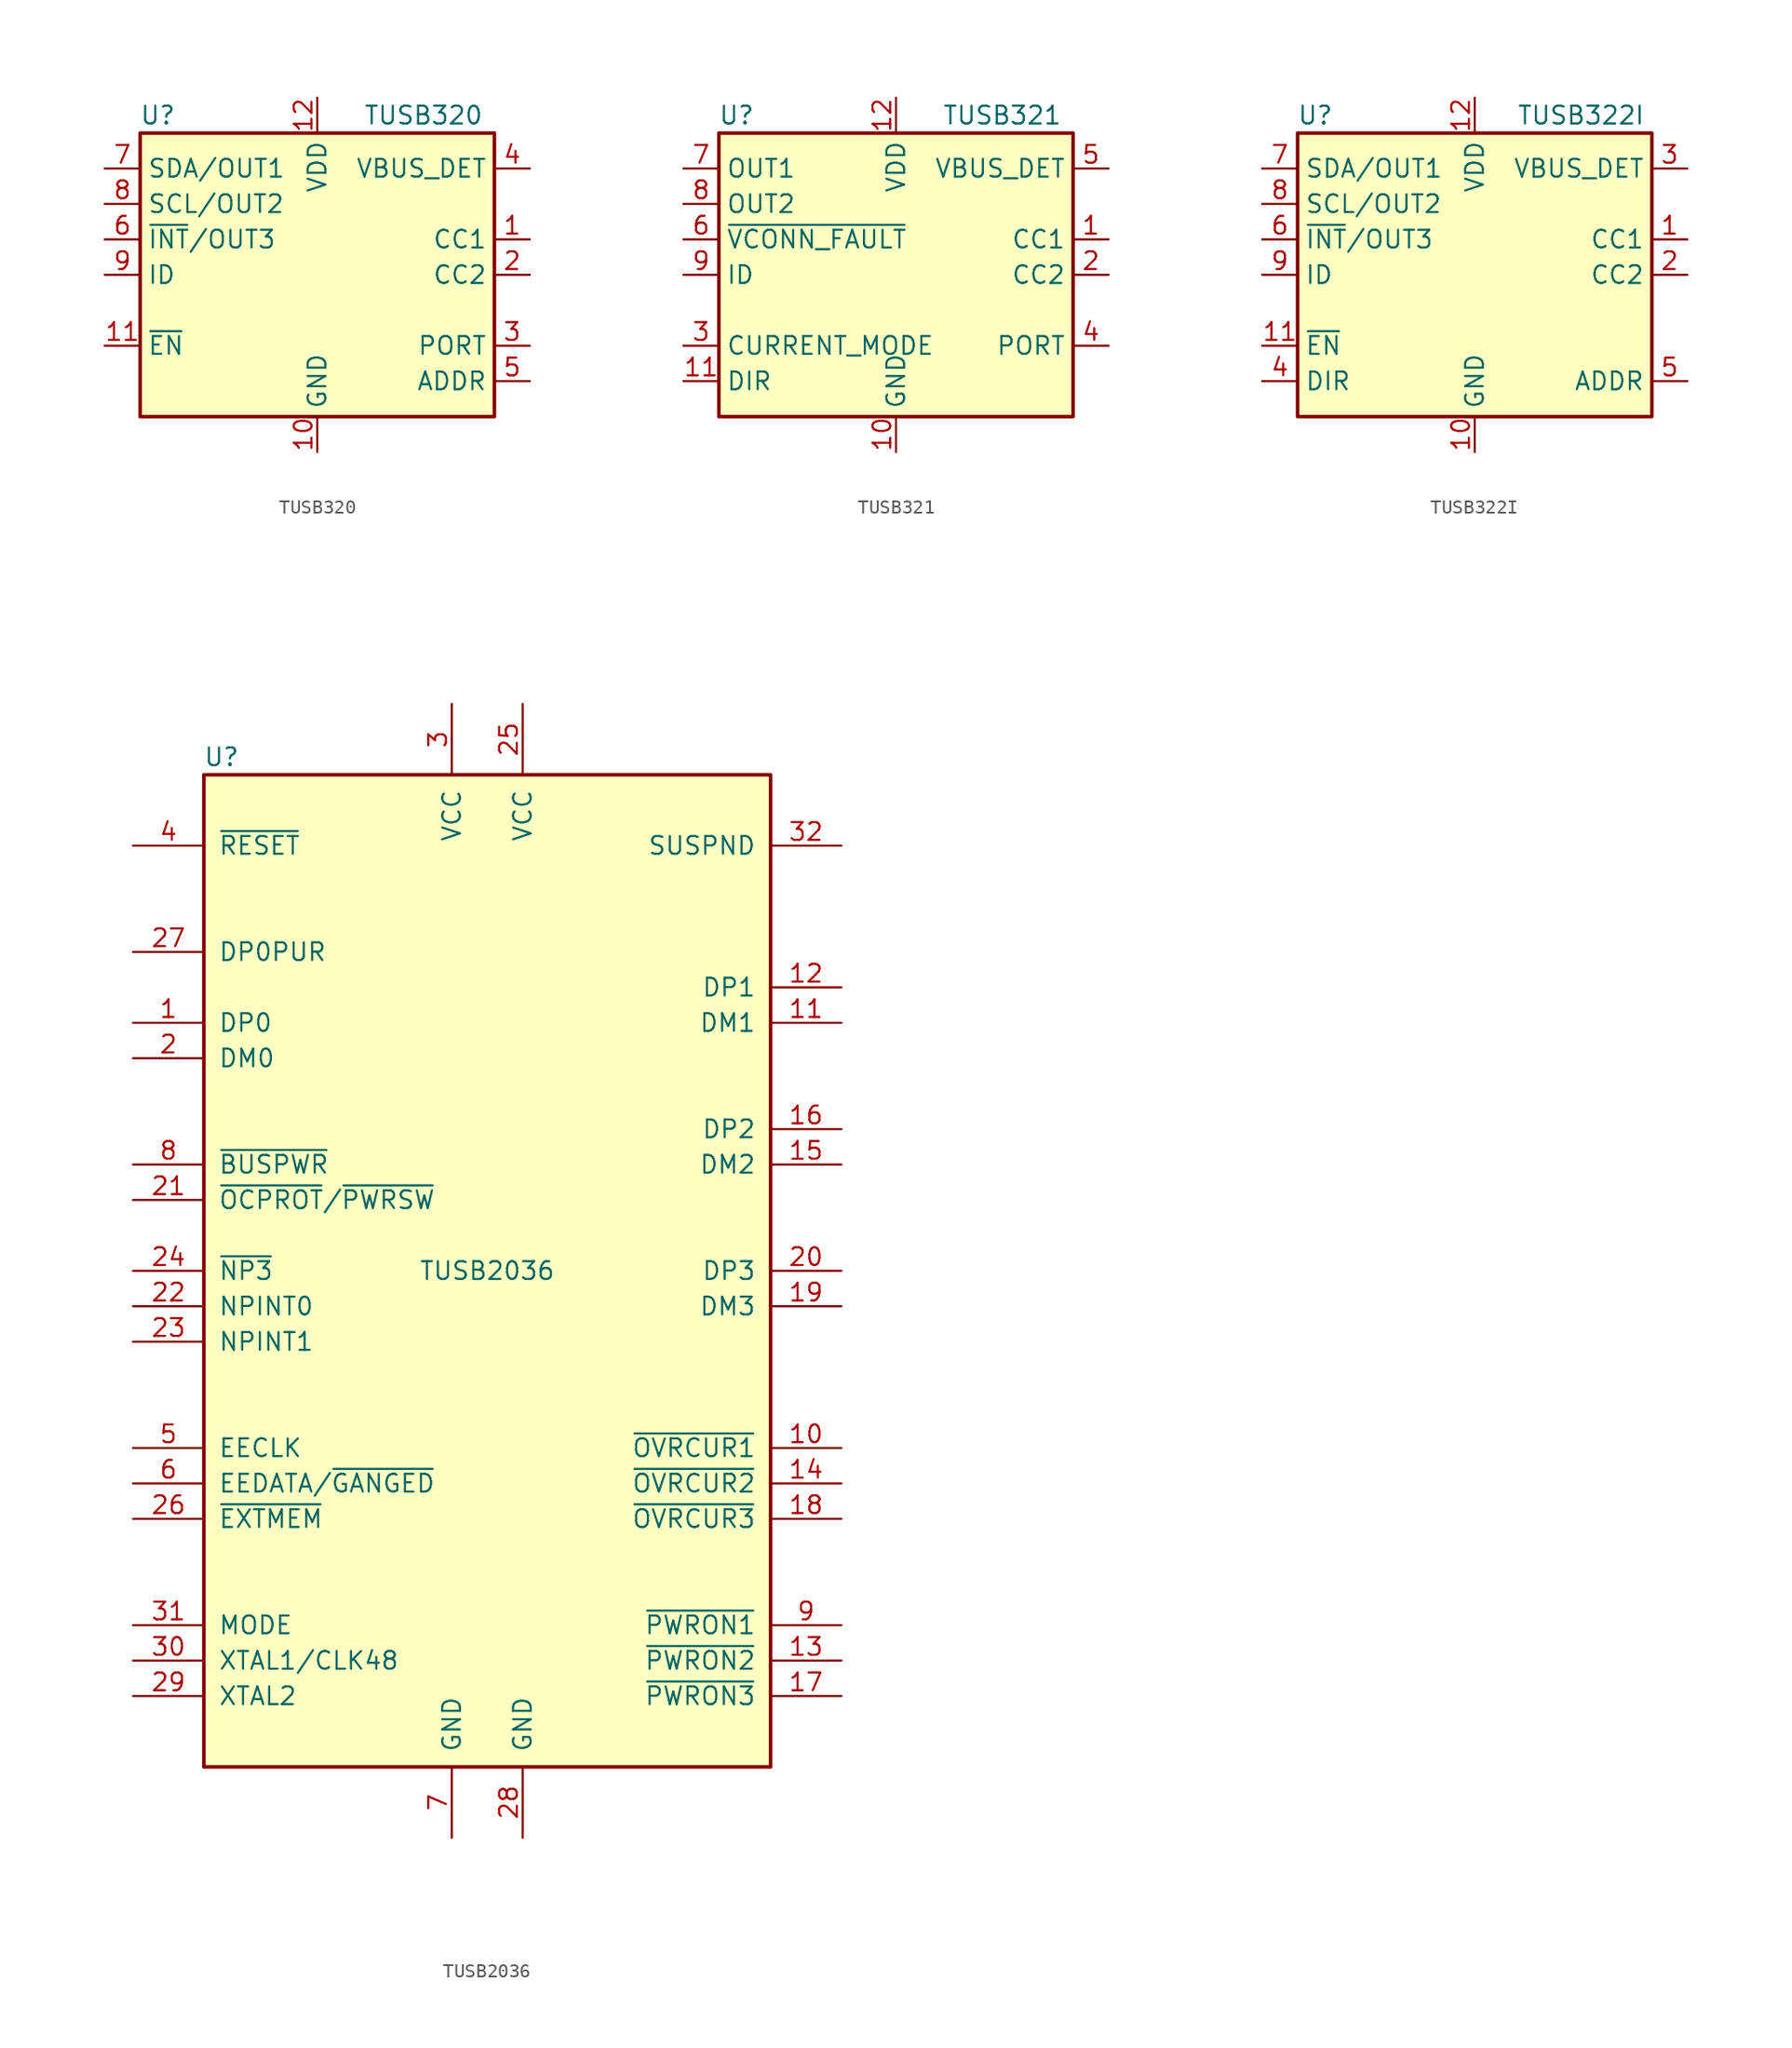
<source format=kicad_sym>
(kicad_symbol_lib
  (version 20241209)
  (generator "kicad_symbol_editor")
  (generator_version "9.0")
  (symbol "TUSB320"
    (property "Reference" "U"
      (at -11.43 11.43 0)
      (effects (font (size 1.27 1.27))))
    (property "Value" "TUSB320"
      (at 7.62 11.43 0)
      (effects (font (size 1.27 1.27))))
    (symbol "TUSB320_0_1"
      (rectangle (start -12.7 10.16) (end 12.7 -10.16) (stroke (width 0.254) (type default)) (fill (type background))))
    (symbol "TUSB320_1_1"
      (pin bidirectional line (at -15.24 7.62 0) (length 2.54) (name "SDA/OUT1" (effects (font (size 1.27 1.27)))) (number "7" (effects (font (size 1.27 1.27)))))
      (pin bidirectional line (at -15.24 5.08 0) (length 2.54) (name "SCL/OUT2" (effects (font (size 1.27 1.27)))) (number "8" (effects (font (size 1.27 1.27)))))
      (pin open_collector line (at -15.24 2.54 0) (length 2.54) (name "~{INT}/OUT3" (effects (font (size 1.27 1.27)))) (number "6" (effects (font (size 1.27 1.27)))))
      (pin open_collector line (at -15.24 0 0) (length 2.54) (name "ID" (effects (font (size 1.27 1.27)))) (number "9" (effects (font (size 1.27 1.27)))))
      (pin input line (at -15.24 -5.08 0) (length 2.54) (name "~{EN}" (effects (font (size 1.27 1.27)))) (number "11" (effects (font (size 1.27 1.27)))))
      (pin power_in line (at 0 12.7 270) (length 2.54) (name "VDD" (effects (font (size 1.27 1.27)))) (number "12" (effects (font (size 1.27 1.27)))))
      (pin power_in line (at 0 -12.7 90) (length 2.54) (name "GND" (effects (font (size 1.27 1.27)))) (number "10" (effects (font (size 1.27 1.27)))))
      (pin input line (at 15.24 7.62 180) (length 2.54) (name "VBUS_DET" (effects (font (size 1.27 1.27)))) (number "4" (effects (font (size 1.27 1.27)))))
      (pin bidirectional line (at 15.24 2.54 180) (length 2.54) (name "CC1" (effects (font (size 1.27 1.27)))) (number "1" (effects (font (size 1.27 1.27)))))
      (pin bidirectional line (at 15.24 0 180) (length 2.54) (name "CC2" (effects (font (size 1.27 1.27)))) (number "2" (effects (font (size 1.27 1.27)))))
      (pin input line (at 15.24 -5.08 180) (length 2.54) (name "PORT" (effects (font (size 1.27 1.27)))) (number "3" (effects (font (size 1.27 1.27)))))
      (pin input line (at 15.24 -7.62 180) (length 2.54) (name "ADDR" (effects (font (size 1.27 1.27)))) (number "5" (effects (font (size 1.27 1.27)))))))
  (symbol "TUSB321"
    (property "Reference" "U"
      (at -11.43 11.43 0)
      (effects (font (size 1.27 1.27))))
    (property "Value" "TUSB321"
      (at 7.62 11.43 0)
      (effects (font (size 1.27 1.27))))
    (symbol "TUSB321_1_1"
      (rectangle (start -12.7 10.16) (end 12.7 -10.16) (stroke (width 0.254) (type default)) (fill (type background)))
      (pin open_collector line (at -15.24 7.62 0) (length 2.54) (name "OUT1" (effects (font (size 1.27 1.27)))) (number "7" (effects (font (size 1.27 1.27)))))
      (pin open_collector line (at -15.24 5.08 0) (length 2.54) (name "OUT2" (effects (font (size 1.27 1.27)))) (number "8" (effects (font (size 1.27 1.27)))))
      (pin open_collector line (at -15.24 2.54 0) (length 2.54) (name "~{VCONN_FAULT}" (effects (font (size 1.27 1.27)))) (number "6" (effects (font (size 1.27 1.27)))))
      (pin open_collector line (at -15.24 0 0) (length 2.54) (name "ID" (effects (font (size 1.27 1.27)))) (number "9" (effects (font (size 1.27 1.27)))))
      (pin input line (at -15.24 -5.08 0) (length 2.54) (name "CURRENT_MODE" (effects (font (size 1.27 1.27)))) (number "3" (effects (font (size 1.27 1.27)))))
      (pin open_collector line (at -15.24 -7.62 0) (length 2.54) (name "DIR" (effects (font (size 1.27 1.27)))) (number "11" (effects (font (size 1.27 1.27)))))
      (pin power_in line (at 0 12.7 270) (length 2.54) (name "VDD" (effects (font (size 1.27 1.27)))) (number "12" (effects (font (size 1.27 1.27)))))
      (pin power_in line (at 0 -12.7 90) (length 2.54) (name "GND" (effects (font (size 1.27 1.27)))) (number "10" (effects (font (size 1.27 1.27)))))
      (pin input line (at 15.24 7.62 180) (length 2.54) (name "VBUS_DET" (effects (font (size 1.27 1.27)))) (number "5" (effects (font (size 1.27 1.27)))))
      (pin bidirectional line (at 15.24 2.54 180) (length 2.54) (name "CC1" (effects (font (size 1.27 1.27)))) (number "1" (effects (font (size 1.27 1.27)))))
      (pin bidirectional line (at 15.24 0 180) (length 2.54) (name "CC2" (effects (font (size 1.27 1.27)))) (number "2" (effects (font (size 1.27 1.27)))))
      (pin input line (at 15.24 -5.08 180) (length 2.54) (name "PORT" (effects (font (size 1.27 1.27)))) (number "4" (effects (font (size 1.27 1.27)))))))
  (symbol "TUSB322I"
    (property "Reference" "U"
      (at -11.43 11.43 0)
      (effects (font (size 1.27 1.27))))
    (property "Value" "TUSB322I"
      (at 7.62 11.43 0)
      (effects (font (size 1.27 1.27))))
    (symbol "TUSB322I_1_1"
      (rectangle (start -12.7 10.16) (end 12.7 -10.16) (stroke (width 0.254) (type default)) (fill (type background)))
      (pin bidirectional line (at -15.24 7.62 0) (length 2.54) (name "SDA/OUT1" (effects (font (size 1.27 1.27)))) (number "7" (effects (font (size 1.27 1.27)))))
      (pin bidirectional line (at -15.24 5.08 0) (length 2.54) (name "SCL/OUT2" (effects (font (size 1.27 1.27)))) (number "8" (effects (font (size 1.27 1.27)))))
      (pin open_collector line (at -15.24 2.54 0) (length 2.54) (name "~{INT}/OUT3" (effects (font (size 1.27 1.27)))) (number "6" (effects (font (size 1.27 1.27)))))
      (pin open_collector line (at -15.24 0 0) (length 2.54) (name "ID" (effects (font (size 1.27 1.27)))) (number "9" (effects (font (size 1.27 1.27)))))
      (pin input line (at -15.24 -5.08 0) (length 2.54) (name "~{EN}" (effects (font (size 1.27 1.27)))) (number "11" (effects (font (size 1.27 1.27)))))
      (pin open_collector line (at -15.24 -7.62 0) (length 2.54) (name "DIR" (effects (font (size 1.27 1.27)))) (number "4" (effects (font (size 1.27 1.27)))))
      (pin power_in line (at 0 12.7 270) (length 2.54) (name "VDD" (effects (font (size 1.27 1.27)))) (number "12" (effects (font (size 1.27 1.27)))))
      (pin power_in line (at 0 -12.7 90) (length 2.54) (name "GND" (effects (font (size 1.27 1.27)))) (number "10" (effects (font (size 1.27 1.27)))))
      (pin input line (at 15.24 7.62 180) (length 2.54) (name "VBUS_DET" (effects (font (size 1.27 1.27)))) (number "3" (effects (font (size 1.27 1.27)))))
      (pin bidirectional line (at 15.24 2.54 180) (length 2.54) (name "CC1" (effects (font (size 1.27 1.27)))) (number "1" (effects (font (size 1.27 1.27)))))
      (pin bidirectional line (at 15.24 0 180) (length 2.54) (name "CC2" (effects (font (size 1.27 1.27)))) (number "2" (effects (font (size 1.27 1.27)))))
      (pin input line (at 15.24 -7.62 180) (length 2.54) (name "ADDR" (effects (font (size 1.27 1.27)))) (number "5" (effects (font (size 1.27 1.27)))))))
  (symbol "TUSB2036"
    (pin_names
      (offset 1.016))
    (property "Reference" "U"
      (at -19.05 36.83 0)
      (effects (font (size 1.27 1.27))))
    (property "Value" "TUSB2036"
      (at 0 0 0)
      (effects (font (size 1.27 1.27))))
    (symbol "TUSB2036_0_1"
      (rectangle (start -20.32 35.56) (end 20.32 -35.56) (stroke (width 0.254) (type default)) (fill (type background))))
    (symbol "TUSB2036_1_1"
      (pin input line (at -25.4 30.48 0) (length 5.08) (name "~{RESET}" (effects (font (size 1.27 1.27)))) (number "4" (effects (font (size 1.27 1.27)))))
      (pin output line (at -25.4 22.86 0) (length 5.08) (name "DP0PUR" (effects (font (size 1.27 1.27)))) (number "27" (effects (font (size 1.27 1.27)))))
      (pin bidirectional line (at -25.4 17.78 0) (length 5.08) (name "DP0" (effects (font (size 1.27 1.27)))) (number "1" (effects (font (size 1.27 1.27)))))
      (pin bidirectional line (at -25.4 15.24 0) (length 5.08) (name "DM0" (effects (font (size 1.27 1.27)))) (number "2" (effects (font (size 1.27 1.27)))))
      (pin input line (at -25.4 7.62 0) (length 5.08) (name "~{BUSPWR}" (effects (font (size 1.27 1.27)))) (number "8" (effects (font (size 1.27 1.27)))))
      (pin input line (at -25.4 5.08 0) (length 5.08) (name "~{OCPROT}/~{PWRSW}" (effects (font (size 1.27 1.27)))) (number "21" (effects (font (size 1.27 1.27)))))
      (pin input line (at -25.4 0 0) (length 5.08) (name "~{NP3}" (effects (font (size 1.27 1.27)))) (number "24" (effects (font (size 1.27 1.27)))))
      (pin input line (at -25.4 -2.54 0) (length 5.08) (name "NPINT0" (effects (font (size 1.27 1.27)))) (number "22" (effects (font (size 1.27 1.27)))))
      (pin input line (at -25.4 -5.08 0) (length 5.08) (name "NPINT1" (effects (font (size 1.27 1.27)))) (number "23" (effects (font (size 1.27 1.27)))))
      (pin tri_state line (at -25.4 -12.7 0) (length 5.08) (name "EECLK" (effects (font (size 1.27 1.27)))) (number "5" (effects (font (size 1.27 1.27)))))
      (pin bidirectional line (at -25.4 -15.24 0) (length 5.08) (name "EEDATA/~{GANGED}" (effects (font (size 1.27 1.27)))) (number "6" (effects (font (size 1.27 1.27)))))
      (pin input line (at -25.4 -17.78 0) (length 5.08) (name "~{EXTMEM}" (effects (font (size 1.27 1.27)))) (number "26" (effects (font (size 1.27 1.27)))))
      (pin input line (at -25.4 -25.4 0) (length 5.08) (name "MODE" (effects (font (size 1.27 1.27)))) (number "31" (effects (font (size 1.27 1.27)))))
      (pin input line (at -25.4 -27.94 0) (length 5.08) (name "XTAL1/CLK48" (effects (font (size 1.27 1.27)))) (number "30" (effects (font (size 1.27 1.27)))))
      (pin output line (at -25.4 -30.48 0) (length 5.08) (name "XTAL2" (effects (font (size 1.27 1.27)))) (number "29" (effects (font (size 1.27 1.27)))))
      (pin power_in line (at -2.54 40.64 270) (length 5.08) (name "VCC" (effects (font (size 1.27 1.27)))) (number "3" (effects (font (size 1.27 1.27)))))
      (pin power_in line (at -2.54 -40.64 90) (length 5.08) (name "GND" (effects (font (size 1.27 1.27)))) (number "7" (effects (font (size 1.27 1.27)))))
      (pin power_in line (at 2.54 40.64 270) (length 5.08) (name "VCC" (effects (font (size 1.27 1.27)))) (number "25" (effects (font (size 1.27 1.27)))))
      (pin power_in line (at 2.54 -40.64 90) (length 5.08) (name "GND" (effects (font (size 1.27 1.27)))) (number "28" (effects (font (size 1.27 1.27)))))
      (pin output line (at 25.4 30.48 180) (length 5.08) (name "SUSPND" (effects (font (size 1.27 1.27)))) (number "32" (effects (font (size 1.27 1.27)))))
      (pin bidirectional line (at 25.4 20.32 180) (length 5.08) (name "DP1" (effects (font (size 1.27 1.27)))) (number "12" (effects (font (size 1.27 1.27)))))
      (pin bidirectional line (at 25.4 17.78 180) (length 5.08) (name "DM1" (effects (font (size 1.27 1.27)))) (number "11" (effects (font (size 1.27 1.27)))))
      (pin bidirectional line (at 25.4 10.16 180) (length 5.08) (name "DP2" (effects (font (size 1.27 1.27)))) (number "16" (effects (font (size 1.27 1.27)))))
      (pin bidirectional line (at 25.4 7.62 180) (length 5.08) (name "DM2" (effects (font (size 1.27 1.27)))) (number "15" (effects (font (size 1.27 1.27)))))
      (pin bidirectional line (at 25.4 0 180) (length 5.08) (name "DP3" (effects (font (size 1.27 1.27)))) (number "20" (effects (font (size 1.27 1.27)))))
      (pin bidirectional line (at 25.4 -2.54 180) (length 5.08) (name "DM3" (effects (font (size 1.27 1.27)))) (number "19" (effects (font (size 1.27 1.27)))))
      (pin input line (at 25.4 -12.7 180) (length 5.08) (name "~{OVRCUR1}" (effects (font (size 1.27 1.27)))) (number "10" (effects (font (size 1.27 1.27)))))
      (pin input line (at 25.4 -15.24 180) (length 5.08) (name "~{OVRCUR2}" (effects (font (size 1.27 1.27)))) (number "14" (effects (font (size 1.27 1.27)))))
      (pin input line (at 25.4 -17.78 180) (length 5.08) (name "~{OVRCUR3}" (effects (font (size 1.27 1.27)))) (number "18" (effects (font (size 1.27 1.27)))))
      (pin output line (at 25.4 -25.4 180) (length 5.08) (name "~{PWRON1}" (effects (font (size 1.27 1.27)))) (number "9" (effects (font (size 1.27 1.27)))))
      (pin output line (at 25.4 -27.94 180) (length 5.08) (name "~{PWRON2}" (effects (font (size 1.27 1.27)))) (number "13" (effects (font (size 1.27 1.27)))))
      (pin output line (at 25.4 -30.48 180) (length 5.08) (name "~{PWRON3}" (effects (font (size 1.27 1.27)))) (number "17" (effects (font (size 1.27 1.27))))))))
</source>
